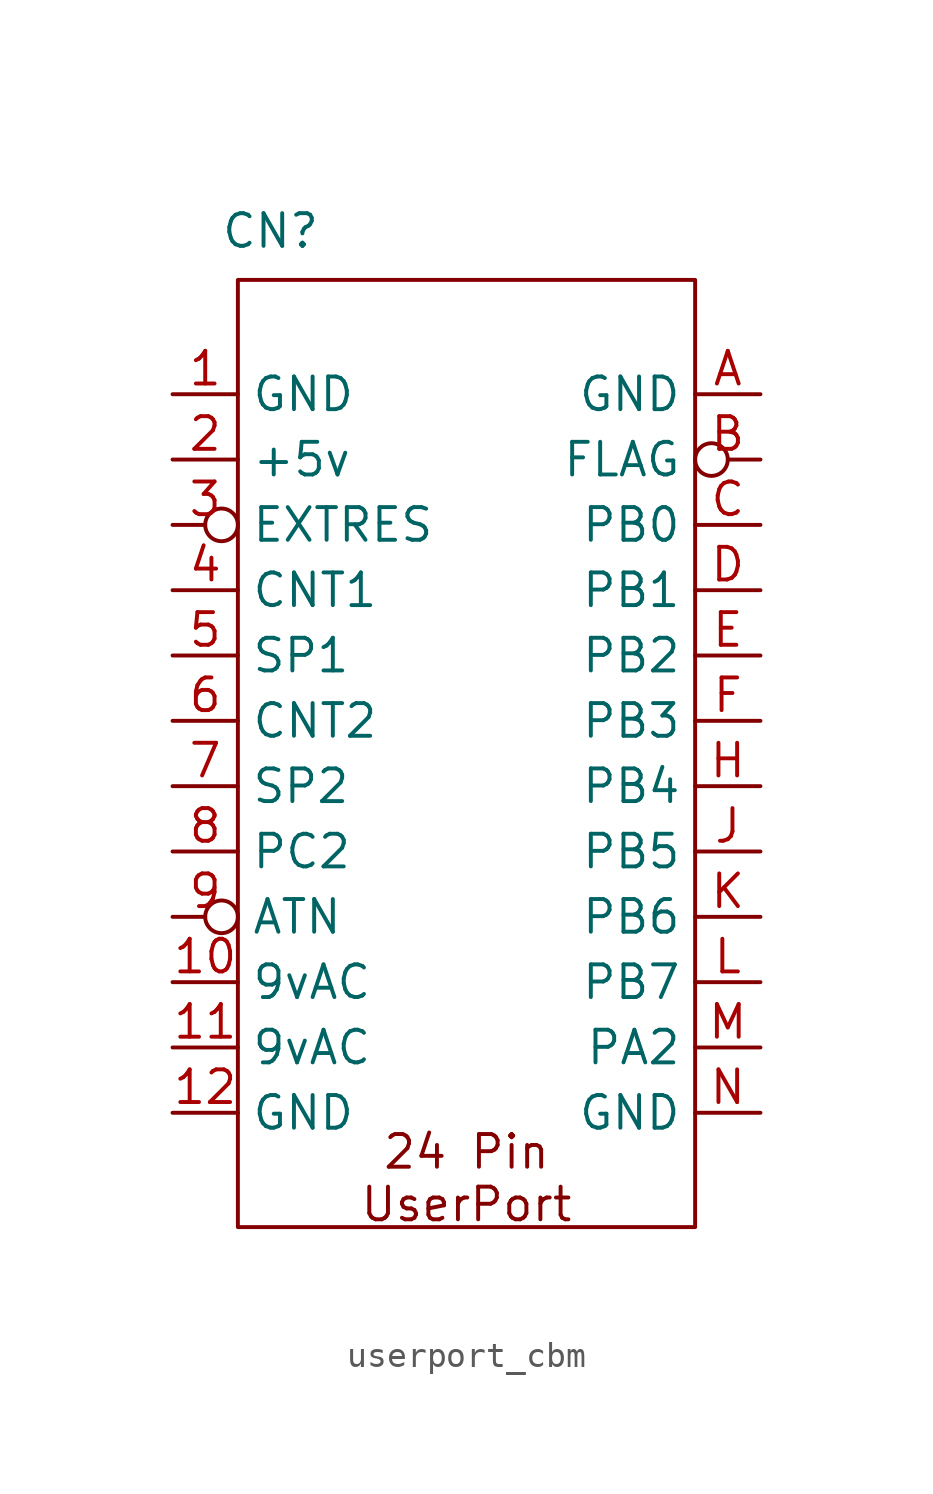
<source format=kicad_sym>
(kicad_symbol_lib
  (version 20220914)
  (generator kicad_symbol_editor)
  (symbol "userport_cbm"
    (property "Reference" "CN"
      (at -7.62 9.525 0)
      (effects (font (size 1.27 1.27))))
    (property "Value" ""
      (at -1.27 1.905 0)
      (effects (font (size 1.27 1.27))))
    (symbol "userport_cbm_0_1"
      (polyline (pts (xy -8.89 7.62) (xy -8.89 -29.21) (xy 8.89 -29.21) (xy 8.89 7.62) (xy -8.89 7.62) (xy -8.89 7.62)) (stroke (width 0) (type default)) (fill (type none))))
    (symbol "userport_cbm_1_1"
      (text "24 Pin\nUserPort" (at 0 -27.305 0) (effects (font (size 1.27 1.27))))
      (pin power_out line (at -11.43 3.175 0) (length 2.54) (name "GND" (effects (font (size 1.27 1.27)))) (number "1" (effects (font (size 1.27 1.27)))))
      (pin power_out line (at -11.43 -19.685 0) (length 2.54) (name "9vAC" (effects (font (size 1.27 1.27)))) (number "10" (effects (font (size 1.27 1.27)))))
      (pin power_out line (at -11.43 -22.225 0) (length 2.54) (name "9vAC" (effects (font (size 1.27 1.27)))) (number "11" (effects (font (size 1.27 1.27)))))
      (pin power_out line (at -11.43 -24.765 0) (length 2.54) (name "GND" (effects (font (size 1.27 1.27)))) (number "12" (effects (font (size 1.27 1.27)))))
      (pin power_out line (at -11.43 0.635 0) (length 2.54) (name "+5v" (effects (font (size 1.27 1.27)))) (number "2" (effects (font (size 1.27 1.27)))))
      (pin input inverted (at -11.43 -1.905 0) (length 2.54) (name "EXTRES" (effects (font (size 1.27 1.27)))) (number "3" (effects (font (size 1.27 1.27)))))
      (pin input line (at -11.43 -4.445 0) (length 2.54) (name "CNT1" (effects (font (size 1.27 1.27)))) (number "4" (effects (font (size 1.27 1.27)))))
      (pin bidirectional line (at -11.43 -6.985 0) (length 2.54) (name "SP1" (effects (font (size 1.27 1.27)))) (number "5" (effects (font (size 1.27 1.27)))))
      (pin input line (at -11.43 -9.525 0) (length 2.54) (name "CNT2" (effects (font (size 1.27 1.27)))) (number "6" (effects (font (size 1.27 1.27)))))
      (pin bidirectional line (at -11.43 -12.065 0) (length 2.54) (name "SP2" (effects (font (size 1.27 1.27)))) (number "7" (effects (font (size 1.27 1.27)))))
      (pin output line (at -11.43 -14.605 0) (length 2.54) (name "PC2" (effects (font (size 1.27 1.27)))) (number "8" (effects (font (size 1.27 1.27)))))
      (pin output inverted (at -11.43 -17.145 0) (length 2.54) (name "ATN" (effects (font (size 1.27 1.27)))) (number "9" (effects (font (size 1.27 1.27)))))
      (pin power_out line (at 11.43 3.175 180) (length 2.54) (name "GND" (effects (font (size 1.27 1.27)))) (number "A" (effects (font (size 1.27 1.27)))))
      (pin input inverted (at 11.43 0.635 180) (length 2.54) (name "FLAG" (effects (font (size 1.27 1.27)))) (number "B" (effects (font (size 1.27 1.27)))))
      (pin bidirectional line (at 11.43 -1.905 180) (length 2.54) (name "PB0" (effects (font (size 1.27 1.27)))) (number "C" (effects (font (size 1.27 1.27)))))
      (pin bidirectional line (at 11.43 -4.445 180) (length 2.54) (name "PB1" (effects (font (size 1.27 1.27)))) (number "D" (effects (font (size 1.27 1.27)))))
      (pin bidirectional line (at 11.43 -6.985 180) (length 2.54) (name "PB2" (effects (font (size 1.27 1.27)))) (number "E" (effects (font (size 1.27 1.27)))))
      (pin bidirectional line (at 11.43 -9.525 180) (length 2.54) (name "PB3" (effects (font (size 1.27 1.27)))) (number "F" (effects (font (size 1.27 1.27)))))
      (pin bidirectional line (at 11.43 -12.065 180) (length 2.54) (name "PB4" (effects (font (size 1.27 1.27)))) (number "H" (effects (font (size 1.27 1.27)))))
      (pin bidirectional line (at 11.43 -14.605 180) (length 2.54) (name "PB5" (effects (font (size 1.27 1.27)))) (number "J" (effects (font (size 1.27 1.27)))))
      (pin bidirectional line (at 11.43 -17.145 180) (length 2.54) (name "PB6" (effects (font (size 1.27 1.27)))) (number "K" (effects (font (size 1.27 1.27)))))
      (pin bidirectional line (at 11.43 -19.685 180) (length 2.54) (name "PB7" (effects (font (size 1.27 1.27)))) (number "L" (effects (font (size 1.27 1.27)))))
      (pin bidirectional line (at 11.43 -22.225 180) (length 2.54) (name "PA2" (effects (font (size 1.27 1.27)))) (number "M" (effects (font (size 1.27 1.27)))))
      (pin power_out line (at 11.43 -24.765 180) (length 2.54) (name "GND" (effects (font (size 1.27 1.27)))) (number "N" (effects (font (size 1.27 1.27))))))))
</source>
